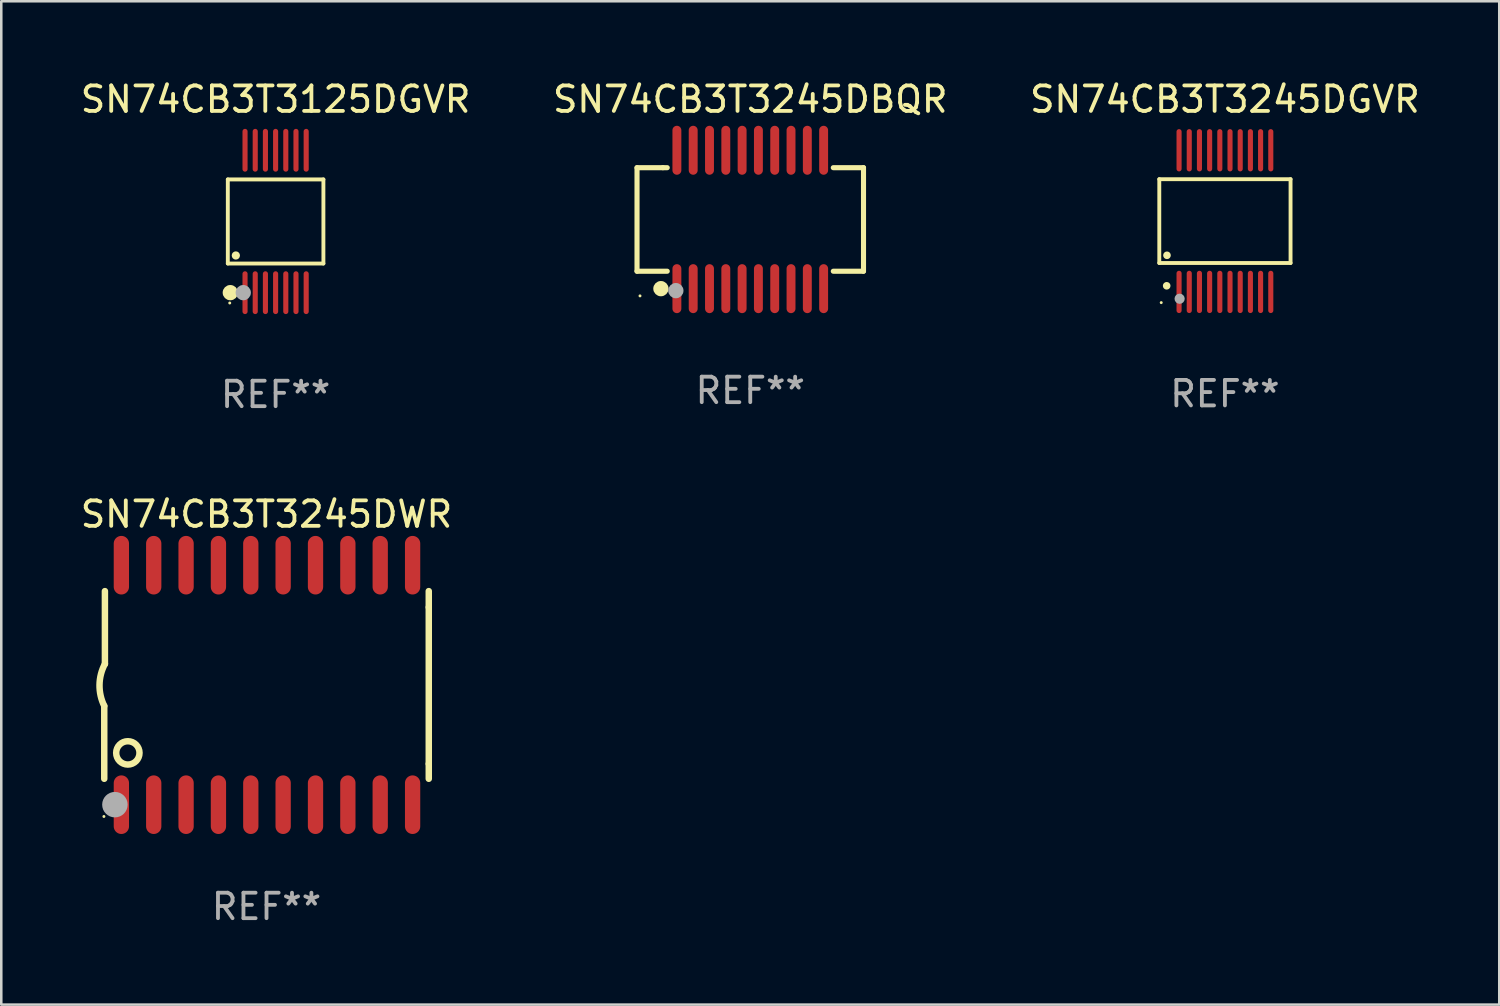
<source format=kicad_pcb>
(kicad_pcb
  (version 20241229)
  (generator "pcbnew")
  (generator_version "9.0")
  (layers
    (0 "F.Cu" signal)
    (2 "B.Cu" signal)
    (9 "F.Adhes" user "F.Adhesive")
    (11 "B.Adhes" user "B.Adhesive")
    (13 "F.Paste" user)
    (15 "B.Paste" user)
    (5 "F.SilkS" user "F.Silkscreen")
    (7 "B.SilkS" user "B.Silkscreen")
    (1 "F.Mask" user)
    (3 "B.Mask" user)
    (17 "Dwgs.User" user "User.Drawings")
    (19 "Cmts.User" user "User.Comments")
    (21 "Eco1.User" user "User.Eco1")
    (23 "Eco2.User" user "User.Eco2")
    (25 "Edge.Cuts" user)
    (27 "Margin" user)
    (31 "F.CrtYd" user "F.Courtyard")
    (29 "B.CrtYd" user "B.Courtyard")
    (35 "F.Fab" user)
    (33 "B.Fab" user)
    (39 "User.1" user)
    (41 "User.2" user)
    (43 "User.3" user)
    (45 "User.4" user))
  (footprint "SN74CB3T3245DBQR"
    (layer "F.Cu")
    (at 26.399 5.564)
    (property "Reference" "SN74CB3T3245DBQR" (at 0 -4.716 0) (layer "F.SilkS") (effects (font (size 1 1) (thickness 0.15))))
    (attr through_hole)
    (fp_line (start -4.445 -2.032) (end -4.445 2.032) (stroke (width 0.2) (type solid)) (layer "F.SilkS"))
    (fp_line (start -4.445 2.032) (end -3.259 2.032) (stroke (width 0.2) (type solid)) (layer "F.SilkS"))
    (fp_line (start -3.429 -2.032) (end -4.445 -2.032) (stroke (width 0.2) (type solid)) (layer "F.SilkS"))
    (fp_line (start -3.259 -2.032) (end -3.429 -2.032) (stroke (width 0.2) (type solid)) (layer "F.SilkS"))
    (fp_line (start 3.259 2.032) (end 4.445 2.032) (stroke (width 0.2) (type solid)) (layer "F.SilkS"))
    (fp_line (start 4.445 -2.032) (end 3.259 -2.032) (stroke (width 0.2) (type solid)) (layer "F.SilkS"))
    (fp_line (start 4.445 2.032) (end 4.445 -2.032) (stroke (width 0.2) (type solid)) (layer "F.SilkS"))
    (fp_circle (center -4.328 3) (end -4.298 3) (stroke (width 0.06) (type solid)) (fill no) (layer "F.SilkS"))
    (fp_circle (center -3.507 2.716) (end -3.357 2.716) (stroke (width 0.3) (type solid)) (fill no) (layer "F.SilkS"))
    (fp_circle (center -2.921 2.794) (end -2.771 2.794) (stroke (width 0.3) (type solid)) (fill no) (layer "F.Fab"))
    (fp_text user "REF**" (at 0 6.716 0) (layer "F.Fab") (effects (font (size 1 1) (thickness 0.15))))
    (pad "1" smd oval (at -2.88 2.716) (size 0.35 1.922) (layers "F.Cu" "F.Mask" "F.Paste"))
    (pad "2" smd oval (at -2.24 2.716) (size 0.35 1.922) (layers "F.Cu" "F.Mask" "F.Paste"))
    (pad "3" smd oval (at -1.6 2.716) (size 0.35 1.922) (layers "F.Cu" "F.Mask" "F.Paste"))
    (pad "4" smd oval (at -0.96 2.716) (size 0.35 1.922) (layers "F.Cu" "F.Mask" "F.Paste"))
    (pad "5" smd oval (at -0.32 2.716) (size 0.35 1.922) (layers "F.Cu" "F.Mask" "F.Paste"))
    (pad "6" smd oval (at 0.32 2.716) (size 0.35 1.922) (layers "F.Cu" "F.Mask" "F.Paste"))
    (pad "7" smd oval (at 0.96 2.716) (size 0.35 1.922) (layers "F.Cu" "F.Mask" "F.Paste"))
    (pad "8" smd oval (at 1.6 2.716) (size 0.35 1.922) (layers "F.Cu" "F.Mask" "F.Paste"))
    (pad "9" smd oval (at 2.24 2.716) (size 0.35 1.922) (layers "F.Cu" "F.Mask" "F.Paste"))
    (pad "10" smd oval (at 2.88 2.716) (size 0.35 1.922) (layers "F.Cu" "F.Mask" "F.Paste"))
    (pad "11" smd oval (at 2.88 -2.716) (size 0.35 1.922) (layers "F.Cu" "F.Mask" "F.Paste"))
    (pad "12" smd oval (at 2.24 -2.716) (size 0.35 1.922) (layers "F.Cu" "F.Mask" "F.Paste"))
    (pad "13" smd oval (at 1.6 -2.716) (size 0.35 1.922) (layers "F.Cu" "F.Mask" "F.Paste"))
    (pad "14" smd oval (at 0.96 -2.716) (size 0.35 1.922) (layers "F.Cu" "F.Mask" "F.Paste"))
    (pad "15" smd oval (at 0.32 -2.716) (size 0.35 1.922) (layers "F.Cu" "F.Mask" "F.Paste"))
    (pad "16" smd oval (at -0.32 -2.716) (size 0.35 1.922) (layers "F.Cu" "F.Mask" "F.Paste"))
    (pad "17" smd oval (at -0.96 -2.716) (size 0.35 1.922) (layers "F.Cu" "F.Mask" "F.Paste"))
    (pad "18" smd oval (at -1.6 -2.716) (size 0.35 1.922) (layers "F.Cu" "F.Mask" "F.Paste"))
    (pad "19" smd oval (at -2.24 -2.716) (size 0.35 1.922) (layers "F.Cu" "F.Mask" "F.Paste"))
    (pad "20" smd oval (at -2.88 -2.716) (size 0.35 1.922) (layers "F.Cu" "F.Mask" "F.Paste")))
  (footprint "SN74CB3T3245DWR"
    (layer "F.Cu")
    (at 7.411 23.835)
    (property "Reference" "SN74CB3T3245DWR" (at 0 -6.7 0) (layer "F.SilkS") (effects (font (size 1 1) (thickness 0.15))))
    (attr through_hole)
    (fp_line (start -6.369 0.826) (end -6.369 3.683) (stroke (width 0.254) (type solid)) (layer "F.SilkS"))
    (fp_line (start -6.343 -0.825) (end -6.343 -3.683) (stroke (width 0.254) (type solid)) (layer "F.SilkS"))
    (fp_line (start 6.369 -3.048) (end 6.369 -3.683) (stroke (width 0.254) (type solid)) (layer "F.SilkS"))
    (fp_line (start 6.369 -3.048) (end 6.369 3.096) (stroke (width 0.254) (type solid)) (layer "F.SilkS"))
    (fp_line (start 6.369 3.096) (end 6.369 3.683) (stroke (width 0.254) (type solid)) (layer "F.SilkS"))
    (fp_arc (start -6.36853 0.825552) (mid -6.554743 -0.00301) (end -6.343129 -0.825451) (stroke (width 0.254001) (type solid)) (layer "F.SilkS"))
    (fp_circle (center -6.382 5.163) (end -6.352 5.163) (stroke (width 0.06) (type solid)) (fill no) (layer "F.SilkS"))
    (fp_circle (center -5.443 2.667) (end -4.985 2.667) (stroke (width 0.254) (type solid)) (fill no) (layer "F.SilkS"))
    (fp_circle (center -5.951 4.699) (end -5.701 4.699) (stroke (width 0.5) (type solid)) (fill no) (layer "F.Fab"))
    (fp_text user "REF**" (at 0 8.7 0) (layer "F.Fab") (effects (font (size 1 1) (thickness 0.15))))
    (pad "1" smd oval (at -5.697 4.7 180) (size 0.6 2.3) (layers "F.Cu" "F.Mask" "F.Paste"))
    (pad "2" smd oval (at -4.427 4.7 180) (size 0.6 2.3) (layers "F.Cu" "F.Mask" "F.Paste"))
    (pad "3" smd oval (at -3.157 4.7 180) (size 0.6 2.3) (layers "F.Cu" "F.Mask" "F.Paste"))
    (pad "4" smd oval (at -1.887 4.7 180) (size 0.6 2.3) (layers "F.Cu" "F.Mask" "F.Paste"))
    (pad "5" smd oval (at -0.617 4.7 180) (size 0.6 2.3) (layers "F.Cu" "F.Mask" "F.Paste"))
    (pad "6" smd oval (at 0.653 4.7 180) (size 0.6 2.3) (layers "F.Cu" "F.Mask" "F.Paste"))
    (pad "7" smd oval (at 1.923 4.7 180) (size 0.6 2.3) (layers "F.Cu" "F.Mask" "F.Paste"))
    (pad "8" smd oval (at 3.193 4.7 180) (size 0.6 2.3) (layers "F.Cu" "F.Mask" "F.Paste"))
    (pad "9" smd oval (at 4.463 4.7 180) (size 0.6 2.3) (layers "F.Cu" "F.Mask" "F.Paste"))
    (pad "10" smd oval (at 5.734 4.7 180) (size 0.6 2.3) (layers "F.Cu" "F.Mask" "F.Paste"))
    (pad "11" smd oval (at 5.734 -4.7 180) (size 0.6 2.3) (layers "F.Cu" "F.Mask" "F.Paste"))
    (pad "12" smd oval (at 4.463 -4.7 180) (size 0.6 2.3) (layers "F.Cu" "F.Mask" "F.Paste"))
    (pad "13" smd oval (at 3.193 -4.7 180) (size 0.6 2.3) (layers "F.Cu" "F.Mask" "F.Paste"))
    (pad "14" smd oval (at 1.923 -4.7 180) (size 0.6 2.3) (layers "F.Cu" "F.Mask" "F.Paste"))
    (pad "15" smd oval (at 0.653 -4.7 180) (size 0.6 2.3) (layers "F.Cu" "F.Mask" "F.Paste"))
    (pad "16" smd oval (at -0.617 -4.7 180) (size 0.6 2.3) (layers "F.Cu" "F.Mask" "F.Paste"))
    (pad "17" smd oval (at -1.887 -4.7 180) (size 0.6 2.3) (layers "F.Cu" "F.Mask" "F.Paste"))
    (pad "18" smd oval (at -3.157 -4.7 180) (size 0.6 2.3) (layers "F.Cu" "F.Mask" "F.Paste"))
    (pad "19" smd oval (at -4.427 -4.7 180) (size 0.6 2.3) (layers "F.Cu" "F.Mask" "F.Paste"))
    (pad "20" smd oval (at -5.697 -4.7 180) (size 0.6 2.3) (layers "F.Cu" "F.Mask" "F.Paste")))
  (footprint "SN74CB3T3245DGVR"
    (layer "F.Cu")
    (at 45.03 5.628)
    (property "Reference" "SN74CB3T3245DGVR" (at 0 -4.78 0) (layer "F.SilkS") (effects (font (size 1 1) (thickness 0.15))))
    (attr through_hole)
    (fp_line (start -2.576 -1.645) (end 2.576 -1.645) (stroke (width 0.152) (type solid)) (layer "F.SilkS"))
    (fp_line (start -2.576 1.645) (end -2.576 -1.645) (stroke (width 0.152) (type solid)) (layer "F.SilkS"))
    (fp_line (start 2.576 -1.645) (end 2.576 1.645) (stroke (width 0.152) (type solid)) (layer "F.SilkS"))
    (fp_line (start 2.576 1.645) (end -2.576 1.645) (stroke (width 0.152) (type solid)) (layer "F.SilkS"))
    (fp_circle (center -2.5 3.2) (end -2.47 3.2) (stroke (width 0.06) (type solid)) (fill no) (layer "F.SilkS"))
    (fp_circle (center -2.286 2.54) (end -2.211 2.54) (stroke (width 0.15) (type solid)) (fill no) (layer "F.SilkS"))
    (fp_circle (center -2.274 1.343) (end -2.199 1.343) (stroke (width 0.15) (type solid)) (fill no) (layer "F.SilkS"))
    (fp_circle (center -1.778 3.048) (end -1.678 3.048) (stroke (width 0.2) (type solid)) (fill no) (layer "F.Fab"))
    (fp_text user "REF**" (at 0 6.78 0) (layer "F.Fab") (effects (font (size 1 1) (thickness 0.15))))
    (pad "1" smd oval (at -1.8 2.78) (size 0.2 1.66) (layers "F.Cu" "F.Mask" "F.Paste"))
    (pad "2" smd oval (at -1.4 2.78) (size 0.2 1.66) (layers "F.Cu" "F.Mask" "F.Paste"))
    (pad "3" smd oval (at -1 2.78) (size 0.2 1.66) (layers "F.Cu" "F.Mask" "F.Paste"))
    (pad "4" smd oval (at -0.6 2.78) (size 0.2 1.66) (layers "F.Cu" "F.Mask" "F.Paste"))
    (pad "5" smd oval (at -0.2 2.78) (size 0.2 1.66) (layers "F.Cu" "F.Mask" "F.Paste"))
    (pad "6" smd oval (at 0.2 2.78) (size 0.2 1.66) (layers "F.Cu" "F.Mask" "F.Paste"))
    (pad "7" smd oval (at 0.6 2.78) (size 0.2 1.66) (layers "F.Cu" "F.Mask" "F.Paste"))
    (pad "8" smd oval (at 1 2.78) (size 0.2 1.66) (layers "F.Cu" "F.Mask" "F.Paste"))
    (pad "9" smd oval (at 1.4 2.78) (size 0.2 1.66) (layers "F.Cu" "F.Mask" "F.Paste"))
    (pad "10" smd oval (at 1.8 2.78) (size 0.2 1.66) (layers "F.Cu" "F.Mask" "F.Paste"))
    (pad "11" smd oval (at 1.8 -2.78) (size 0.2 1.66) (layers "F.Cu" "F.Mask" "F.Paste"))
    (pad "12" smd oval (at 1.4 -2.78) (size 0.2 1.66) (layers "F.Cu" "F.Mask" "F.Paste"))
    (pad "13" smd oval (at 1 -2.78) (size 0.2 1.66) (layers "F.Cu" "F.Mask" "F.Paste"))
    (pad "14" smd oval (at 0.6 -2.78) (size 0.2 1.66) (layers "F.Cu" "F.Mask" "F.Paste"))
    (pad "15" smd oval (at 0.2 -2.78) (size 0.2 1.66) (layers "F.Cu" "F.Mask" "F.Paste"))
    (pad "16" smd oval (at -0.2 -2.78) (size 0.2 1.66) (layers "F.Cu" "F.Mask" "F.Paste"))
    (pad "17" smd oval (at -0.6 -2.78) (size 0.2 1.66) (layers "F.Cu" "F.Mask" "F.Paste"))
    (pad "18" smd oval (at -1 -2.78) (size 0.2 1.66) (layers "F.Cu" "F.Mask" "F.Paste"))
    (pad "19" smd oval (at -1.4 -2.78) (size 0.2 1.66) (layers "F.Cu" "F.Mask" "F.Paste"))
    (pad "20" smd oval (at -1.8 -2.78) (size 0.2 1.66) (layers "F.Cu" "F.Mask" "F.Paste")))
  (footprint "SN74CB3T3125DGVR"
    (layer "F.Cu")
    (at 7.768 5.643)
    (property "Reference" "SN74CB3T3125DGVR" (at 0 -4.795 0) (layer "F.SilkS") (effects (font (size 1 1) (thickness 0.15))))
    (attr through_hole)
    (fp_line (start -1.876 -1.65) (end 1.876 -1.65) (stroke (width 0.152) (type solid)) (layer "F.SilkS"))
    (fp_line (start -1.876 1.65) (end -1.876 -1.65) (stroke (width 0.152) (type solid)) (layer "F.SilkS"))
    (fp_line (start 1.876 -1.65) (end 1.876 1.65) (stroke (width 0.152) (type solid)) (layer "F.SilkS"))
    (fp_line (start 1.876 1.65) (end -1.876 1.65) (stroke (width 0.152) (type solid)) (layer "F.SilkS"))
    (fp_circle (center -1.8 3.2) (end -1.77 3.2) (stroke (width 0.06) (type solid)) (fill no) (layer "F.SilkS"))
    (fp_circle (center -1.778 2.794) (end -1.628 2.794) (stroke (width 0.3) (type solid)) (fill no) (layer "F.SilkS"))
    (fp_circle (center -1.561 1.335) (end -1.48 1.335) (stroke (width 0.162) (type solid)) (fill no) (layer "F.SilkS"))
    (fp_circle (center -1.27 2.794) (end -1.12 2.794) (stroke (width 0.3) (type solid)) (fill no) (layer "F.Fab"))
    (fp_text user "REF**" (at 0 6.795 0) (layer "F.Fab") (effects (font (size 1 1) (thickness 0.15))))
    (pad "1" smd oval (at -1.2 2.795) (size 0.2 1.68) (layers "F.Cu" "F.Mask" "F.Paste"))
    (pad "2" smd oval (at -0.8 2.795) (size 0.2 1.68) (layers "F.Cu" "F.Mask" "F.Paste"))
    (pad "3" smd oval (at -0.4 2.795) (size 0.2 1.68) (layers "F.Cu" "F.Mask" "F.Paste"))
    (pad "4" smd oval (at 0 2.795) (size 0.2 1.68) (layers "F.Cu" "F.Mask" "F.Paste"))
    (pad "5" smd oval (at 0.4 2.795) (size 0.2 1.68) (layers "F.Cu" "F.Mask" "F.Paste"))
    (pad "6" smd oval (at 0.8 2.795) (size 0.2 1.68) (layers "F.Cu" "F.Mask" "F.Paste"))
    (pad "7" smd oval (at 1.2 2.795) (size 0.2 1.68) (layers "F.Cu" "F.Mask" "F.Paste"))
    (pad "8" smd oval (at 1.2 -2.795) (size 0.2 1.68) (layers "F.Cu" "F.Mask" "F.Paste"))
    (pad "9" smd oval (at 0.8 -2.795) (size 0.2 1.68) (layers "F.Cu" "F.Mask" "F.Paste"))
    (pad "10" smd oval (at 0.4 -2.795) (size 0.2 1.68) (layers "F.Cu" "F.Mask" "F.Paste"))
    (pad "11" smd oval (at 0 -2.795) (size 0.2 1.68) (layers "F.Cu" "F.Mask" "F.Paste"))
    (pad "12" smd oval (at -0.4 -2.795) (size 0.2 1.68) (layers "F.Cu" "F.Mask" "F.Paste"))
    (pad "13" smd oval (at -0.8 -2.795) (size 0.2 1.68) (layers "F.Cu" "F.Mask" "F.Paste"))
    (pad "14" smd oval (at -1.2 -2.795) (size 0.2 1.68) (layers "F.Cu" "F.Mask" "F.Paste")))
  (gr_rect
    (start -3 -3)
    (end 55.798 36.383)
    (stroke (width 0.1) (type default))
    (fill no)
    (layer "Edge.Cuts")))
</source>
